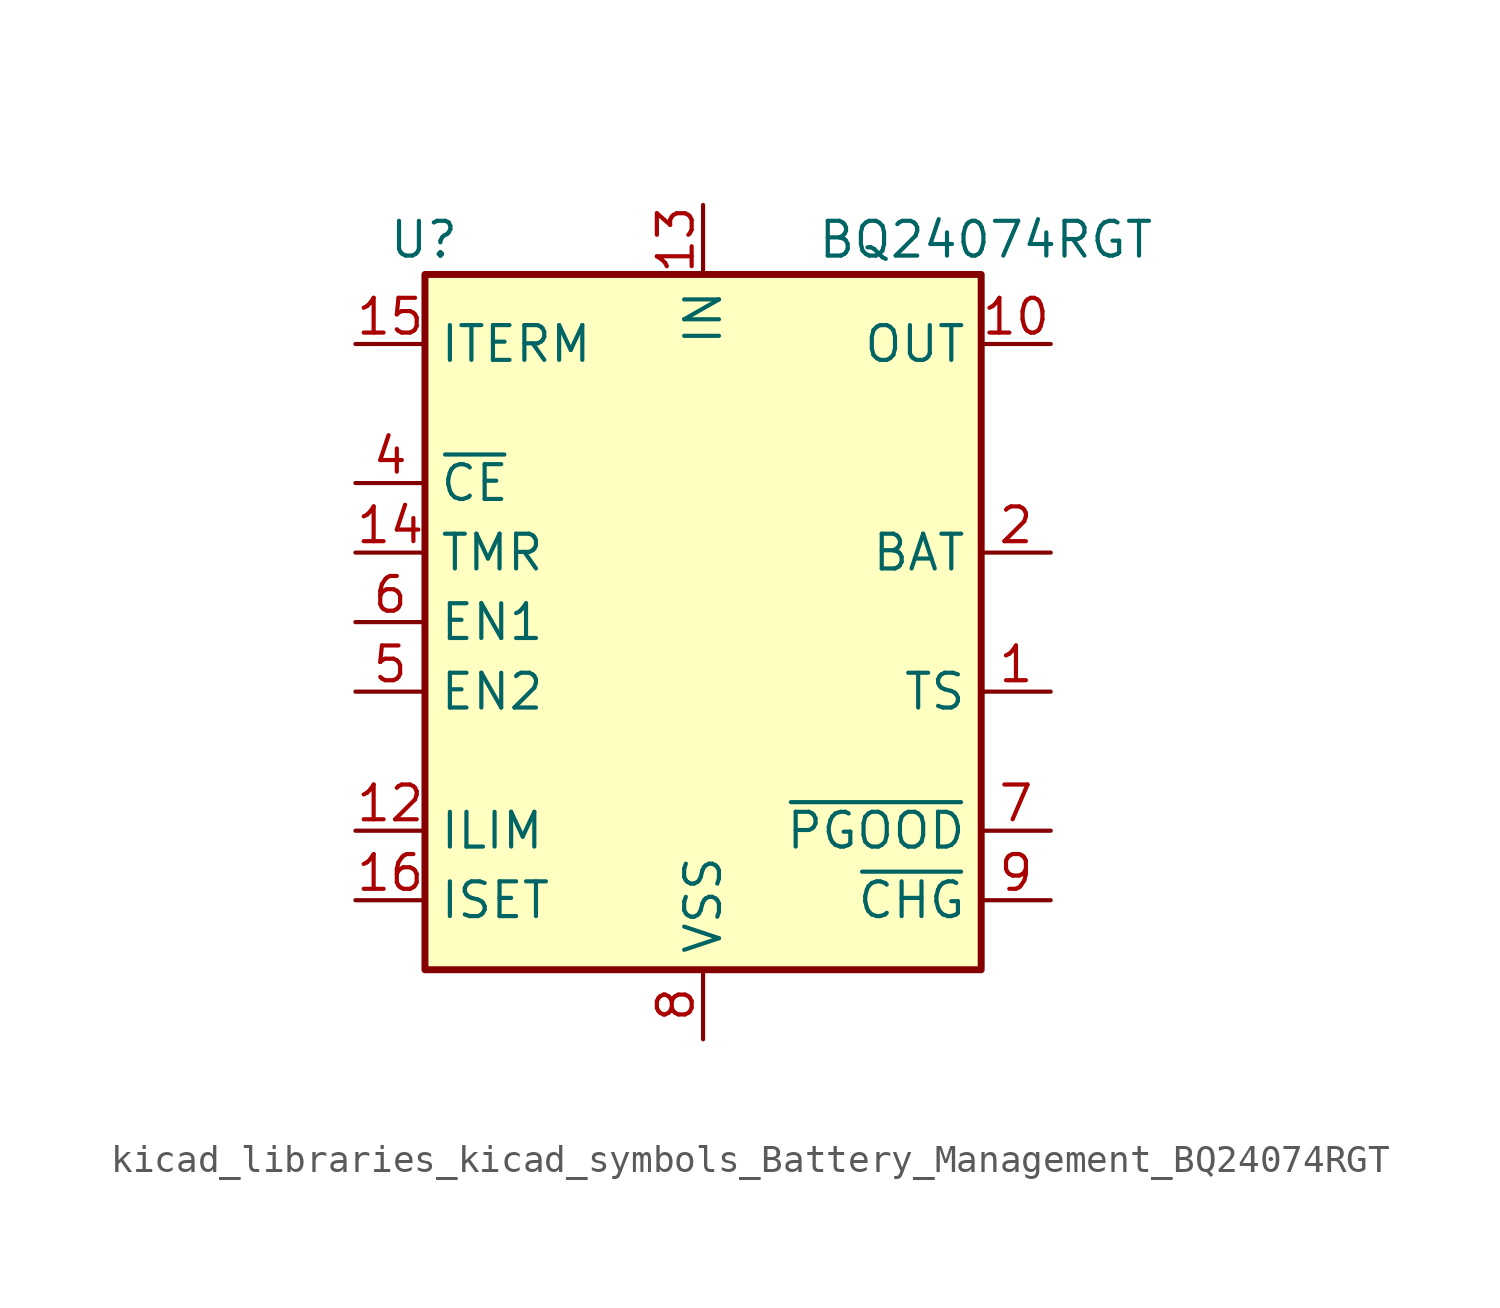
<source format=kicad_sym>
(kicad_symbol_lib
  (version 20220914)
  (generator kicad_symbol_editor)
  (symbol "kicad_libraries_kicad_symbols_Battery_Management_BQ24074RGT"
    (property "Reference" "U"
      (at -8.89 13.97 0)
      (effects (font (size 1.27 1.27)) (justify right)))
    (property "Value" "BQ24074RGT"
      (at 16.51 13.97 0)
      (effects (font (size 1.27 1.27)) (justify right)))
    (symbol "kicad_libraries_kicad_symbols_Battery_Management_BQ24074RGT_0_1"
      (rectangle (start -10.16 12.7) (end 10.16 -12.7) (stroke (width 0.254) (type default)) (fill (type background))))
    (symbol "kicad_libraries_kicad_symbols_Battery_Management_BQ24074RGT_1_1"
      (pin passive line (at 12.7 -2.54 180) (length 2.54) (name "TS" (effects (font (size 1.27 1.27)))) (number "1" (effects (font (size 1.27 1.27)))))
      (pin power_out line (at 12.7 10.16 180) (length 2.54) (name "OUT" (effects (font (size 1.27 1.27)))) (number "10" (effects (font (size 1.27 1.27)))))
      (pin passive line (at 12.7 10.16 180) (length 2.54) hide (name "OUT" (effects (font (size 1.27 1.27)))) (number "11" (effects (font (size 1.27 1.27)))))
      (pin passive line (at -12.7 -7.62 0) (length 2.54) (name "ILIM" (effects (font (size 1.27 1.27)))) (number "12" (effects (font (size 1.27 1.27)))))
      (pin power_in line (at 0 15.24 270) (length 2.54) (name "IN" (effects (font (size 1.27 1.27)))) (number "13" (effects (font (size 1.27 1.27)))))
      (pin input line (at -12.7 2.54 0) (length 2.54) (name "TMR" (effects (font (size 1.27 1.27)))) (number "14" (effects (font (size 1.27 1.27)))))
      (pin input line (at -12.7 10.16 0) (length 2.54) (name "ITERM" (effects (font (size 1.27 1.27)))) (number "15" (effects (font (size 1.27 1.27)))))
      (pin passive line (at -12.7 -10.16 0) (length 2.54) (name "ISET" (effects (font (size 1.27 1.27)))) (number "16" (effects (font (size 1.27 1.27)))))
      (pin passive line (at 0 -15.24 90) (length 2.54) hide (name "VSS" (effects (font (size 1.27 1.27)))) (number "17" (effects (font (size 1.27 1.27)))))
      (pin power_out line (at 12.7 2.54 180) (length 2.54) (name "BAT" (effects (font (size 1.27 1.27)))) (number "2" (effects (font (size 1.27 1.27)))))
      (pin passive line (at 12.7 2.54 180) (length 2.54) hide (name "BAT" (effects (font (size 1.27 1.27)))) (number "3" (effects (font (size 1.27 1.27)))))
      (pin input line (at -12.7 5.08 0) (length 2.54) (name "~{CE}" (effects (font (size 1.27 1.27)))) (number "4" (effects (font (size 1.27 1.27)))))
      (pin input line (at -12.7 -2.54 0) (length 2.54) (name "EN2" (effects (font (size 1.27 1.27)))) (number "5" (effects (font (size 1.27 1.27)))))
      (pin input line (at -12.7 0 0) (length 2.54) (name "EN1" (effects (font (size 1.27 1.27)))) (number "6" (effects (font (size 1.27 1.27)))))
      (pin open_collector line (at 12.7 -7.62 180) (length 2.54) (name "~{PGOOD}" (effects (font (size 1.27 1.27)))) (number "7" (effects (font (size 1.27 1.27)))))
      (pin power_in line (at 0 -15.24 90) (length 2.54) (name "VSS" (effects (font (size 1.27 1.27)))) (number "8" (effects (font (size 1.27 1.27)))))
      (pin open_collector line (at 12.7 -10.16 180) (length 2.54) (name "~{CHG}" (effects (font (size 1.27 1.27)))) (number "9" (effects (font (size 1.27 1.27))))))))
</source>
